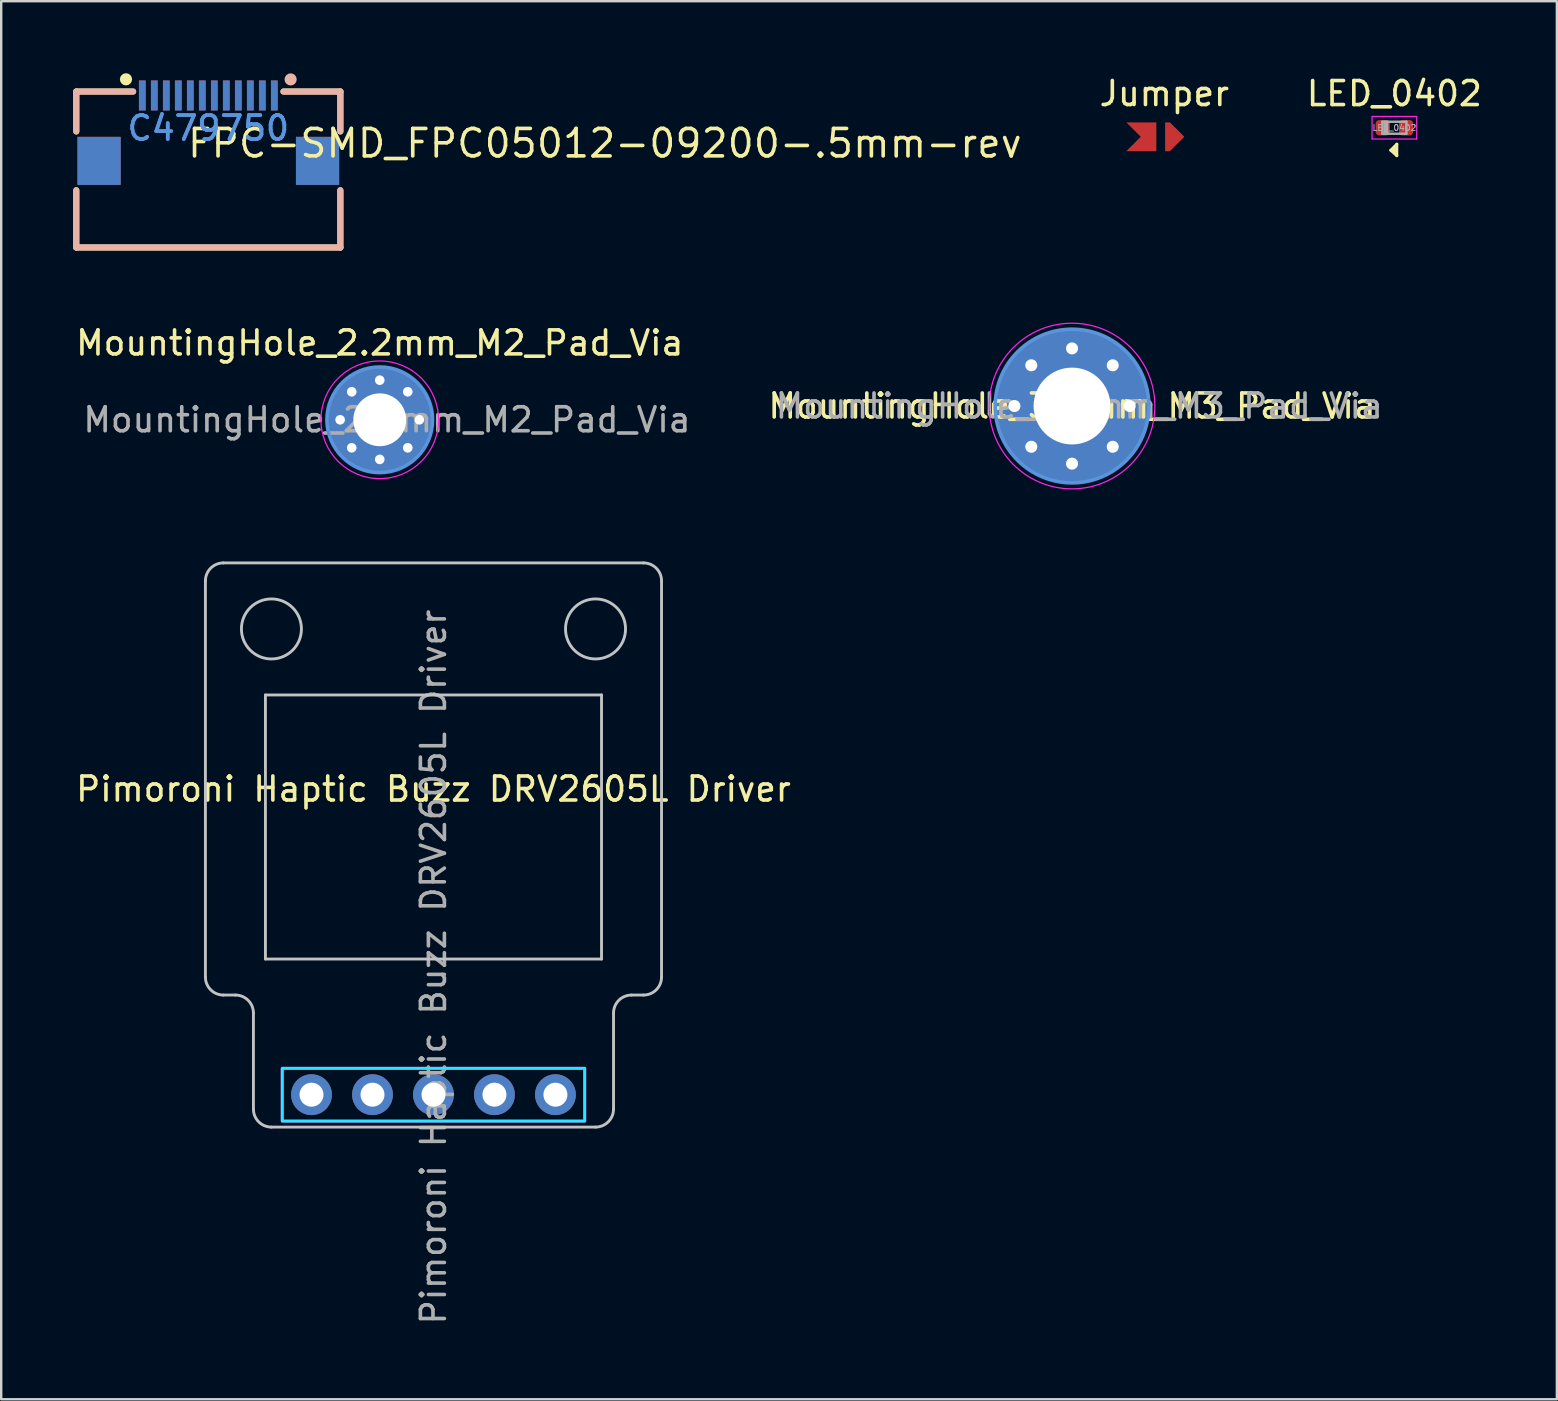
<source format=kicad_pcb>
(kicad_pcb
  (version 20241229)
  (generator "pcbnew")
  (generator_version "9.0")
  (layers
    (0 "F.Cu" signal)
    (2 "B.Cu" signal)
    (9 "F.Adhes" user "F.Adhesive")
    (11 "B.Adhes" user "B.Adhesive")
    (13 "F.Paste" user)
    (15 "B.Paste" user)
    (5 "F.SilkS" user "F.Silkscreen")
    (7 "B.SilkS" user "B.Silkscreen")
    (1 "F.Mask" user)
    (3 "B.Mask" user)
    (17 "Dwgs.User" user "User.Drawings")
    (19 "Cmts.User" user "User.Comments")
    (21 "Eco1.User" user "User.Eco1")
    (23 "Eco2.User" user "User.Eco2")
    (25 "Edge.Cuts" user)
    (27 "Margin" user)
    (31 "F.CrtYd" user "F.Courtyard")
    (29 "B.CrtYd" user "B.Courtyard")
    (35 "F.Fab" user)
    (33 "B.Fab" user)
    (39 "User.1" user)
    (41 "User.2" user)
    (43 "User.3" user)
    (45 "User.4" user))
  (footprint "Jumper"
    (layer "F.Cu")
    (at 45.449 2.648)
    (property "Reference" "Jumper" (at 0 -1.8 0) (layer "F.SilkS") (effects (font (size 1 1) (thickness 0.15))))
    (attr exclude_from_pos_files)
    (fp_poly (pts (xy -0.329 0.508) (xy -0.329 -0.508) (xy 0.687 -0.508) (xy 0.687 0.508)) (stroke (width 0.1) (type solid)) (fill yes) (layer "F.Mask"))
    (pad "1" smd custom (at 0.433 0 90) (size 0.1 0.1) (layers "F.Cu" "F.Mask") (options (anchor rect)) (primitives (gr_poly (pts (xy 0.6 -0.2) (xy 0.6 -0.4) (xy -0.6 -0.4) (xy -0.6 -0.2) (xy 0 0.4)) (width 0) (fill yes))))
    (pad "2" smd custom (at -0.583 0 90) (size 1.2 0.5) (layers "F.Cu" "F.Mask") (options (anchor rect)) (primitives (gr_poly (pts (xy 0.6 -1) (xy 0 -0.4) (xy -0.6 -1) (xy -0.6 0) (xy 0.6 0)) (width 0) (fill yes)))))
  (footprint "MountingHole_2.2mm_M2_Pad_Via"
    (layer "F.Cu")
    (at 12.768 14.436)
    (property "Reference" "MountingHole_2.2mm_M2_Pad_Via" (at 0 -3.2 0) (layer "F.SilkS") (effects (font (size 1 1) (thickness 0.15))))
    (attr exclude_from_pos_files)
    (fp_circle (center 0 0) (end 2.2 0) (stroke (width 0.15) (type solid)) (fill no) (layer "Cmts.User"))
    (fp_circle (center 0 0) (end 2.45 0) (stroke (width 0.05) (type solid)) (fill no) (layer "F.CrtYd"))
    (fp_text user "${REFERENCE}" (at 0.3 0 0) (layer "F.Fab") (effects (font (size 1 1) (thickness 0.15))))
    (pad "1" thru_hole circle (at -1.65 0) (size 0.7 0.7) (drill 0.4) (layers "*.Cu" "*.Mask"))
    (pad "1" thru_hole circle (at -1.167 -1.167) (size 0.7 0.7) (drill 0.4) (layers "*.Cu" "*.Mask"))
    (pad "1" thru_hole circle (at -1.167 1.167) (size 0.7 0.7) (drill 0.4) (layers "*.Cu" "*.Mask"))
    (pad "1" thru_hole circle (at 0 -1.65) (size 0.7 0.7) (drill 0.4) (layers "*.Cu" "*.Mask"))
    (pad "1" thru_hole circle (at 0 0) (size 4.4 4.4) (drill 2.2) (layers "*.Cu" "*.Mask"))
    (pad "1" thru_hole circle (at 0 1.65) (size 0.7 0.7) (drill 0.4) (layers "*.Cu" "*.Mask"))
    (pad "1" thru_hole circle (at 1.167 -1.167) (size 0.7 0.7) (drill 0.4) (layers "*.Cu" "*.Mask"))
    (pad "1" thru_hole circle (at 1.167 1.167) (size 0.7 0.7) (drill 0.4) (layers "*.Cu" "*.Mask"))
    (pad "1" thru_hole circle (at 1.65 0) (size 0.7 0.7) (drill 0.4) (layers "*.Cu" "*.Mask")))
  (footprint "MountingHole_3.2mm_M3_Pad_Via"
    (layer "F.Cu")
    (at 41.604 13.863)
    (property "Reference" "MountingHole_3.2mm_M3_Pad_Via" (at 0 0 0) (layer "F.SilkS") (effects (font (size 1 1) (thickness 0.15))))
    (attr exclude_from_pos_files)
    (fp_circle (center 0 0) (end 3.2 0) (stroke (width 0.15) (type solid)) (fill no) (layer "Cmts.User"))
    (fp_circle (center 0 0) (end 3.45 0) (stroke (width 0.05) (type solid)) (fill no) (layer "F.CrtYd"))
    (fp_text user "${REFERENCE}" (at 0.3 0 0) (layer "F.Fab") (effects (font (size 1 1) (thickness 0.15))))
    (pad "1" thru_hole circle (at -2.4 0 180) (size 0.8 0.8) (drill 0.5) (layers "*.Cu" "*.Mask"))
    (pad "1" thru_hole circle (at -1.697 -1.697 180) (size 0.8 0.8) (drill 0.5) (layers "*.Cu" "*.Mask"))
    (pad "1" thru_hole circle (at -1.697 1.697 180) (size 0.8 0.8) (drill 0.5) (layers "*.Cu" "*.Mask"))
    (pad "1" thru_hole circle (at 0 -2.4 180) (size 0.8 0.8) (drill 0.5) (layers "*.Cu" "*.Mask"))
    (pad "1" thru_hole circle (at 0 0 180) (size 6.4 6.4) (drill 3.2) (layers "*.Cu" "*.Mask"))
    (pad "1" thru_hole circle (at 0 2.4 180) (size 0.8 0.8) (drill 0.5) (layers "*.Cu" "*.Mask"))
    (pad "1" thru_hole circle (at 1.697 -1.697 180) (size 0.8 0.8) (drill 0.5) (layers "*.Cu" "*.Mask"))
    (pad "1" thru_hole circle (at 1.697 1.697 180) (size 0.8 0.8) (drill 0.5) (layers "*.Cu" "*.Mask"))
    (pad "1" thru_hole circle (at 2.4 0 180) (size 0.8 0.8) (drill 0.5) (layers "*.Cu" "*.Mask")))
  (footprint "LED_0402"
    (layer "F.Cu")
    (at 55.032 2.271)
    (property "Reference" "LED_0402" (at 0 -1.422 0) (layer "F.SilkS") (effects (font (size 1 1) (thickness 0.15))))
    (attr smd)
    (fp_line (start -0.152 0.937) (end 0.102 1.165) (stroke (width 0.12) (type solid)) (layer "F.SilkS"))
    (fp_line (start 0 1.013) (end 0 0.81) (stroke (width 0.13) (type solid)) (layer "F.SilkS"))
    (fp_line (start 0.102 0.683) (end -0.152 0.937) (stroke (width 0.12) (type solid)) (layer "F.SilkS"))
    (fp_line (start 0.102 1.165) (end 0.102 0.683) (stroke (width 0.12) (type solid)) (layer "F.SilkS"))
    (fp_line (start -0.93 -0.47) (end 0.93 -0.47) (stroke (width 0.05) (type solid)) (layer "F.CrtYd"))
    (fp_line (start -0.93 0.47) (end -0.93 -0.47) (stroke (width 0.05) (type solid)) (layer "F.CrtYd"))
    (fp_line (start 0.93 -0.47) (end 0.93 0.47) (stroke (width 0.05) (type solid)) (layer "F.CrtYd"))
    (fp_line (start 0.93 0.47) (end -0.93 0.47) (stroke (width 0.05) (type solid)) (layer "F.CrtYd"))
    (fp_line (start -0.5 -0.25) (end 0.5 -0.25) (stroke (width 0.1) (type solid)) (layer "F.Fab"))
    (fp_line (start -0.5 0.25) (end -0.5 -0.25) (stroke (width 0.1) (type solid)) (layer "F.Fab"))
    (fp_line (start -0.4 0.25) (end -0.4 -0.25) (stroke (width 0.1) (type solid)) (layer "F.Fab"))
    (fp_line (start -0.3 0.25) (end -0.3 -0.25) (stroke (width 0.1) (type solid)) (layer "F.Fab"))
    (fp_line (start 0.5 -0.25) (end 0.5 0.25) (stroke (width 0.1) (type solid)) (layer "F.Fab"))
    (fp_line (start 0.5 0.25) (end -0.5 0.25) (stroke (width 0.1) (type solid)) (layer "F.Fab"))
    (fp_text user "${REFERENCE}" (at 0 0 0) (layer "F.Fab") (effects (font (size 0.25 0.25) (thickness 0.04))))
    (pad "+" smd roundrect (at 0.485 0) (size 0.59 0.64) (layers "F.Cu" "F.Mask" "F.Paste") (roundrect_rratio 0.25))
    (pad "-" smd roundrect (at -0.485 0) (size 0.59 0.64) (layers "F.Cu" "F.Mask" "F.Paste") (roundrect_rratio 0.25)))
  (footprint "FPC-SMD_FPC05012-09200-.5mm-rev"
    (layer "F.Cu")
    (at 5.627 2.286)
    (property "Reference" "FPC-SMD_FPC05012-09200-.5mm-rev" (at -0.946 0.636 0) (layer "F.SilkS") (effects (font (size 1.143 1.143) (thickness 0.152)) (justify left)))
    (attr smd)
    (fp_line (start -5.5 -1.524) (end -3.131 -1.524) (stroke (width 0.254) (type solid)) (layer "F.SilkS"))
    (fp_line (start -5.5 0.137) (end -5.5 -1.524) (stroke (width 0.254) (type solid)) (layer "F.SilkS"))
    (fp_line (start -5.5 4.971) (end -5.5 2.588) (stroke (width 0.254) (type solid)) (layer "F.SilkS"))
    (fp_line (start 5.5 -1.524) (end 3.131 -1.524) (stroke (width 0.254) (type solid)) (layer "F.SilkS"))
    (fp_line (start 5.5 0.137) (end 5.5 -1.524) (stroke (width 0.254) (type solid)) (layer "F.SilkS"))
    (fp_line (start 5.5 4.971) (end -5.5 4.971) (stroke (width 0.254) (type solid)) (layer "F.SilkS"))
    (fp_line (start 5.5 4.971) (end 5.5 2.588) (stroke (width 0.254) (type solid)) (layer "F.SilkS"))
    (fp_circle (center -3.429 -2.032) (end -3.302 -2.032) (stroke (width 0.254) (type solid)) (fill no) (layer "F.SilkS"))
    (fp_line (start -5.5 -1.52) (end -3.131 -1.52) (stroke (width 0.254) (type solid)) (layer "B.SilkS"))
    (fp_line (start -5.5 0.141) (end -5.5 -1.52) (stroke (width 0.254) (type solid)) (layer "B.SilkS"))
    (fp_line (start -5.5 4.975) (end -5.5 2.592) (stroke (width 0.254) (type solid)) (layer "B.SilkS"))
    (fp_line (start -5.5 4.975) (end 5.5 4.975) (stroke (width 0.254) (type solid)) (layer "B.SilkS"))
    (fp_line (start 5.5 -1.52) (end 3.131 -1.52) (stroke (width 0.254) (type solid)) (layer "B.SilkS"))
    (fp_line (start 5.5 0.141) (end 5.5 -1.52) (stroke (width 0.254) (type solid)) (layer "B.SilkS"))
    (fp_line (start 5.5 4.975) (end 5.5 2.592) (stroke (width 0.254) (type solid)) (layer "B.SilkS"))
    (fp_circle (center 3.429 -2.028) (end 3.302 -2.028) (stroke (width 0.254) (type solid)) (fill no) (layer "B.SilkS"))
    (fp_text user "C479750" (at 0 0.004 0) (layer "Cmts.User") (effects (font (size 1 1) (thickness 0.15))))
    (fp_text user "C479750" (at 0 0 0) (layer "Cmts.User") (effects (font (size 1 1) (thickness 0.15))))
    (pad "1" smd rect (at -2.75 -1.362) (size 0.28 1.25) (layers "F.Cu" "F.Mask" "F.Paste"))
    (pad "1" smd rect (at 2.75 -1.358) (size 0.28 1.25) (layers "B.Cu" "B.Mask" "B.Paste"))
    (pad "2" smd rect (at -2.25 -1.362) (size 0.28 1.25) (layers "F.Cu" "F.Mask" "F.Paste"))
    (pad "2" smd rect (at 2.25 -1.358) (size 0.28 1.25) (layers "B.Cu" "B.Mask" "B.Paste"))
    (pad "3" smd rect (at -1.75 -1.362) (size 0.28 1.25) (layers "F.Cu" "F.Mask" "F.Paste"))
    (pad "3" smd rect (at 1.75 -1.358) (size 0.28 1.25) (layers "B.Cu" "B.Mask" "B.Paste"))
    (pad "4" smd rect (at -1.25 -1.362) (size 0.28 1.25) (layers "F.Cu" "F.Mask" "F.Paste"))
    (pad "4" smd rect (at 1.25 -1.358) (size 0.28 1.25) (layers "B.Cu" "B.Mask" "B.Paste"))
    (pad "5" smd rect (at -0.75 -1.362) (size 0.28 1.25) (layers "F.Cu" "F.Mask" "F.Paste"))
    (pad "5" smd rect (at 0.75 -1.358) (size 0.28 1.25) (layers "B.Cu" "B.Mask" "B.Paste"))
    (pad "6" smd rect (at -0.25 -1.362) (size 0.28 1.25) (layers "F.Cu" "F.Mask" "F.Paste"))
    (pad "6" smd rect (at 0.25 -1.358) (size 0.28 1.25) (layers "B.Cu" "B.Mask" "B.Paste"))
    (pad "7" smd rect (at -0.25 -1.358) (size 0.28 1.25) (layers "B.Cu" "B.Mask" "B.Paste"))
    (pad "7" smd rect (at 0.25 -1.362) (size 0.28 1.25) (layers "F.Cu" "F.Mask" "F.Paste"))
    (pad "8" smd rect (at -0.75 -1.358) (size 0.28 1.25) (layers "B.Cu" "B.Mask" "B.Paste"))
    (pad "8" smd rect (at 0.75 -1.362) (size 0.28 1.25) (layers "F.Cu" "F.Mask" "F.Paste"))
    (pad "9" smd rect (at -1.25 -1.358) (size 0.28 1.25) (layers "B.Cu" "B.Mask" "B.Paste"))
    (pad "9" smd rect (at 1.25 -1.362) (size 0.28 1.25) (layers "F.Cu" "F.Mask" "F.Paste"))
    (pad "10" smd rect (at -1.75 -1.358) (size 0.28 1.25) (layers "B.Cu" "B.Mask" "B.Paste"))
    (pad "10" smd rect (at 1.75 -1.362) (size 0.28 1.25) (layers "F.Cu" "F.Mask" "F.Paste"))
    (pad "11" smd rect (at -2.25 -1.358) (size 0.28 1.25) (layers "B.Cu" "B.Mask" "B.Paste"))
    (pad "11" smd rect (at 2.25 -1.362) (size 0.28 1.25) (layers "F.Cu" "F.Mask" "F.Paste"))
    (pad "12" smd rect (at -2.75 -1.358) (size 0.28 1.25) (layers "B.Cu" "B.Mask" "B.Paste"))
    (pad "12" smd rect (at 2.75 -1.362) (size 0.28 1.25) (layers "F.Cu" "F.Mask" "F.Paste"))
    (pad "13" smd rect (at -4.55 1.366) (size 1.8 2) (layers "B.Cu" "B.Mask" "B.Paste"))
    (pad "13" smd rect (at 4.55 1.362) (size 1.8 2) (layers "F.Cu" "F.Mask" "F.Paste"))
    (pad "14" smd rect (at -4.55 1.362) (size 1.8 2) (layers "F.Cu" "F.Mask" "F.Paste"))
    (pad "14" smd rect (at 4.55 1.366) (size 1.8 2) (layers "B.Cu" "B.Mask" "B.Paste")))
  (footprint "Pimoroni Haptic Buzz DRV2605L Driver"
    (layer "F.Cu")
    (at 15.006 32.148)
    (property "Reference" "Pimoroni Haptic Buzz DRV2605L Driver" (at 0 -2.33 0) (layer "F.SilkS") (effects (font (size 1 1) (thickness 0.15))))
    (attr through_hole)
    (fp_line (start -9.5 -11) (end -9.5 5.5) (stroke (width 0.12) (type solid)) (layer "Dwgs.User"))
    (fp_line (start -8.75 6.25) (end -8.25 6.25) (stroke (width 0.12) (type solid)) (layer "Dwgs.User"))
    (fp_line (start -7.5 11) (end -7.5 7) (stroke (width 0.12) (type solid)) (layer "Dwgs.User"))
    (fp_line (start -7 -6.25) (end -7 4.75) (stroke (width 0.12) (type solid)) (layer "Dwgs.User"))
    (fp_line (start -7 4.75) (end 7 4.75) (stroke (width 0.12) (type solid)) (layer "Dwgs.User"))
    (fp_line (start -6.75 11.75) (end 6.75 11.75) (stroke (width 0.12) (type solid)) (layer "Dwgs.User"))
    (fp_line (start 7 -6.25) (end -7 -6.25) (stroke (width 0.12) (type solid)) (layer "Dwgs.User"))
    (fp_line (start 7 4.75) (end 7 -6.25) (stroke (width 0.12) (type solid)) (layer "Dwgs.User"))
    (fp_line (start 7.5 7) (end 7.5 11) (stroke (width 0.12) (type solid)) (layer "Dwgs.User"))
    (fp_line (start 8.75 -11.75) (end -8.75 -11.75) (stroke (width 0.12) (type solid)) (layer "Dwgs.User"))
    (fp_line (start 8.75 6.25) (end 8.25 6.25) (stroke (width 0.12) (type solid)) (layer "Dwgs.User"))
    (fp_line (start 9.5 5.5) (end 9.5 -11) (stroke (width 0.12) (type solid)) (layer "Dwgs.User"))
    (fp_arc (start -9.5 -11) (mid -9.28033 -11.53033) (end -8.75 -11.75) (stroke (width 0.12) (type solid)) (layer "Dwgs.User"))
    (fp_arc (start -8.75 6.25) (mid -9.28033 6.03033) (end -9.5 5.5) (stroke (width 0.12) (type solid)) (layer "Dwgs.User"))
    (fp_arc (start -8.25 6.25) (mid -7.71967 6.46967) (end -7.5 7) (stroke (width 0.12) (type solid)) (layer "Dwgs.User"))
    (fp_arc (start -6.75 11.75) (mid -7.28033 11.53033) (end -7.5 11) (stroke (width 0.12) (type solid)) (layer "Dwgs.User"))
    (fp_arc (start 7.5 7) (mid 7.71967 6.46967) (end 8.25 6.25) (stroke (width 0.12) (type solid)) (layer "Dwgs.User"))
    (fp_arc (start 7.5 11) (mid 7.28033 11.53033) (end 6.75 11.75) (stroke (width 0.12) (type solid)) (layer "Dwgs.User"))
    (fp_arc (start 8.75 -11.75) (mid 9.28033 -11.53033) (end 9.5 -11) (stroke (width 0.12) (type solid)) (layer "Dwgs.User"))
    (fp_arc (start 9.5 5.5) (mid 9.28033 6.03033) (end 8.75 6.25) (stroke (width 0.12) (type solid)) (layer "Dwgs.User"))
    (fp_circle (center -6.75 -9) (end -5.5 -9) (stroke (width 0.12) (type solid)) (fill no) (layer "Dwgs.User"))
    (fp_circle (center 6.75 -9) (end 8 -9) (stroke (width 0.12) (type solid)) (fill no) (layer "Dwgs.User"))
    (fp_rect (start -6.3 11.5) (end 6.3 9.3) (stroke (width 0.12) (type solid)) (fill no) (layer "B.CrtYd"))
    (fp_rect (start -6.3 11.5) (end 6.3 9.3) (stroke (width 0.12) (type solid)) (fill no) (layer "F.CrtYd"))
    (fp_text user "${REFERENCE}" (at 0 5.08 270) (layer "F.Fab") (effects (font (size 1 1) (thickness 0.15))))
    (pad "1" thru_hole circle (at -5.08 10.4 90) (size 1.7 1.7) (drill 1) (layers "*.Cu" "*.Mask"))
    (pad "2" thru_hole oval (at -2.54 10.4 90) (size 1.7 1.7) (drill 1) (layers "*.Cu" "*.Mask"))
    (pad "3" thru_hole oval (at 0 10.4 90) (size 1.7 1.7) (drill 1) (layers "*.Cu" "*.Mask"))
    (pad "4" thru_hole oval (at 2.54 10.4 90) (size 1.7 1.7) (drill 1) (layers "*.Cu" "*.Mask"))
    (pad "5" thru_hole oval (at 5.08 10.4 90) (size 1.7 1.7) (drill 1) (layers "*.Cu" "*.Mask")))
  (gr_rect
    (start -3 -3)
    (end 61.8 55.234)
    (stroke (width 0.1) (type default))
    (fill no)
    (layer "Edge.Cuts")))
</source>
